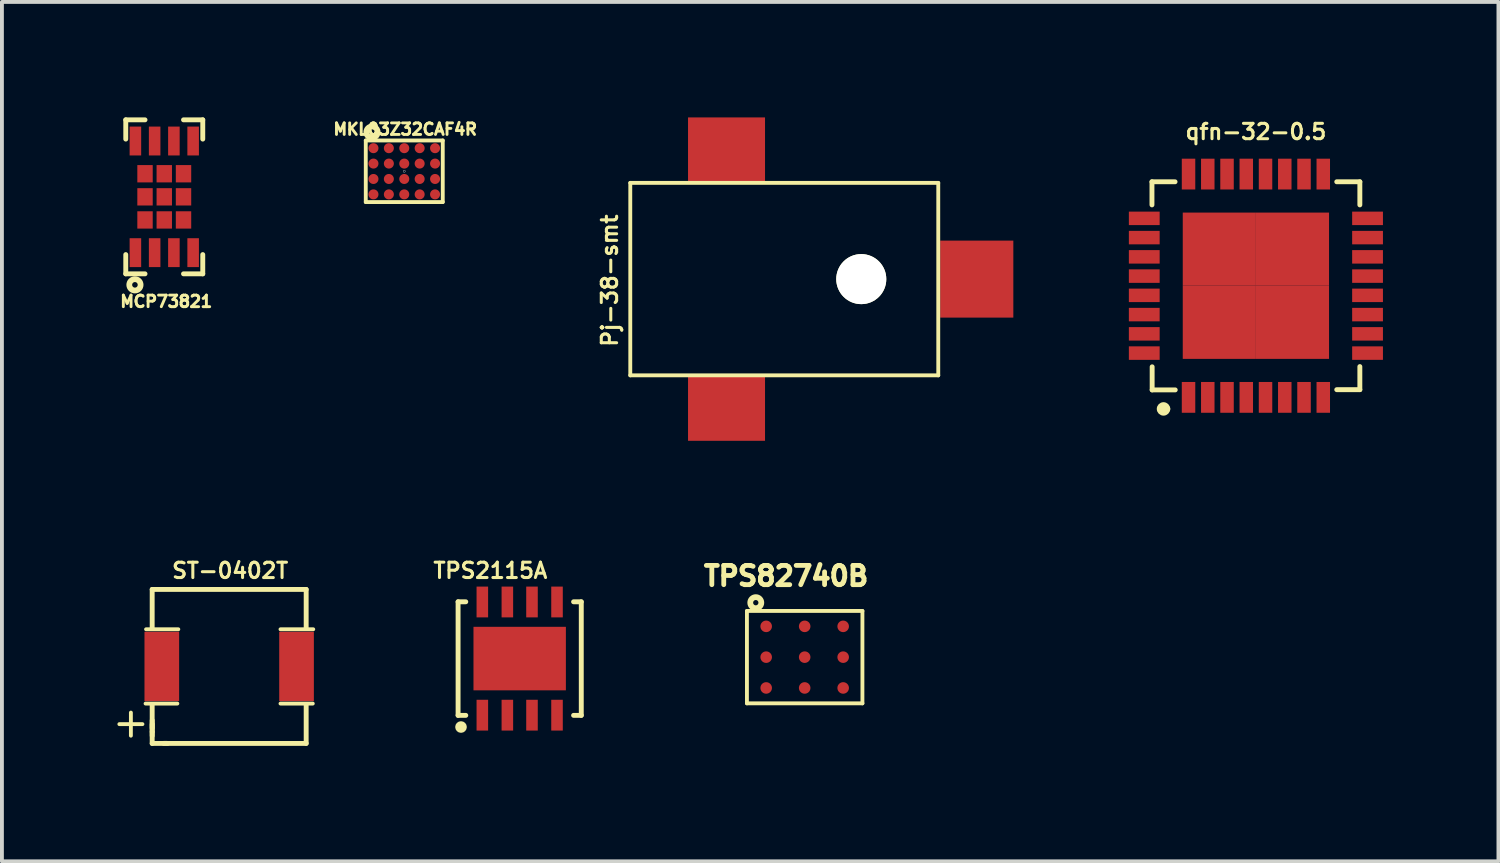
<source format=kicad_pcb>
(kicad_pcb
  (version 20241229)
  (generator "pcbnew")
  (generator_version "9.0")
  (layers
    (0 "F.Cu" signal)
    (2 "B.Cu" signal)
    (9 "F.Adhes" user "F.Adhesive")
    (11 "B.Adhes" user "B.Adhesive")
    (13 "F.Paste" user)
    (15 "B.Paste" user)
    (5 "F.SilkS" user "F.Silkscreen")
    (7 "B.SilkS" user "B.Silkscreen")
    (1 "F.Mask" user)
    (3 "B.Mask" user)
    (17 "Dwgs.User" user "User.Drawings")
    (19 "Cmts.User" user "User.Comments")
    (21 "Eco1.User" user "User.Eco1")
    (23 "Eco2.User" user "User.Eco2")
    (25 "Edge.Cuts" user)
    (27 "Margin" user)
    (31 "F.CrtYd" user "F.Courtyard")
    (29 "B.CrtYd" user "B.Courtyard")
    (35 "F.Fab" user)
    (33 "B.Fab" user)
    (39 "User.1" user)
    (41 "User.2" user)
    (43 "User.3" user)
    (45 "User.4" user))
  (footprint "MCP73821"
    (layer "F.Cu")
    (at 1.217 2.063)
    (property "Reference" "MCP73821" (at 0.051 2.718 180) (layer "F.SilkS") (effects (font (size 0.3 0.3) (thickness 0.075))))
    (attr through_hole)
    (fp_line (start -1 -2) (end -0.5 -2) (stroke (width 0.127) (type solid)) (layer "F.SilkS"))
    (fp_line (start -1 -1.5) (end -1 -2) (stroke (width 0.127) (type solid)) (layer "F.SilkS"))
    (fp_line (start -1 2) (end -1 1.5) (stroke (width 0.127) (type solid)) (layer "F.SilkS"))
    (fp_line (start -1 2) (end -0.5 2) (stroke (width 0.127) (type solid)) (layer "F.SilkS"))
    (fp_line (start 0.5 -2) (end 1 -2) (stroke (width 0.127) (type solid)) (layer "F.SilkS"))
    (fp_line (start 1 -2) (end 1 -1.5) (stroke (width 0.127) (type solid)) (layer "F.SilkS"))
    (fp_line (start 1 1.5) (end 1 2) (stroke (width 0.127) (type solid)) (layer "F.SilkS"))
    (fp_line (start 1 2) (end 0.5 2) (stroke (width 0.127) (type solid)) (layer "F.SilkS"))
    (fp_circle (center -0.762 2.286) (end -0.711 2.337) (stroke (width 0.15) (type solid)) (fill no) (layer "F.SilkS"))
    (pad "1" smd rect (at -0.75 1.45) (size 0.3 0.75) (layers "F.Cu" "F.Mask" "F.Paste"))
    (pad "2" smd rect (at -0.25 1.45) (size 0.3 0.75) (layers "F.Cu" "F.Mask" "F.Paste"))
    (pad "3" smd rect (at 0.25 1.45) (size 0.3 0.75) (layers "F.Cu" "F.Mask" "F.Paste"))
    (pad "4" smd rect (at 0.75 1.45) (size 0.3 0.75) (layers "F.Cu" "F.Mask" "F.Paste"))
    (pad "5" smd rect (at 0.75 -1.45) (size 0.3 0.75) (layers "F.Cu" "F.Mask" "F.Paste"))
    (pad "6" smd rect (at 0.25 -1.45) (size 0.3 0.75) (layers "F.Cu" "F.Mask" "F.Paste"))
    (pad "7" smd rect (at -0.25 -1.45) (size 0.3 0.75) (layers "F.Cu" "F.Mask" "F.Paste"))
    (pad "8" smd rect (at -0.75 -1.45) (size 0.3 0.75) (layers "F.Cu" "F.Mask" "F.Paste"))
    (pad "9" smd rect (at -0.5 -0.6) (size 0.4 0.45) (layers "F.Cu" "F.Mask" "F.Paste"))
    (pad "9" smd rect (at -0.5 0) (size 0.4 0.45) (layers "F.Cu" "F.Mask" "F.Paste"))
    (pad "9" smd rect (at -0.5 0.6) (size 0.4 0.45) (layers "F.Cu" "F.Mask" "F.Paste"))
    (pad "9" smd rect (at 0 -0.6) (size 0.4 0.45) (layers "F.Cu" "F.Mask" "F.Paste"))
    (pad "9" smd rect (at 0 0) (size 0.4 0.45) (layers "F.Cu" "F.Mask" "F.Paste"))
    (pad "9" smd rect (at 0 0.6) (size 0.4 0.45) (layers "F.Cu" "F.Mask" "F.Paste"))
    (pad "9" smd rect (at 0.5 -0.6) (size 0.4 0.45) (layers "F.Cu" "F.Mask" "F.Paste"))
    (pad "9" smd rect (at 0.5 0) (size 0.4 0.45) (layers "F.Cu" "F.Mask" "F.Paste"))
    (pad "9" smd rect (at 0.5 0.6) (size 0.4 0.45) (layers "F.Cu" "F.Mask" "F.Paste")))
  (footprint "qfn-32-0.5"
    (layer "F.Cu")
    (at 29.573 4.372)
    (property "Reference" "qfn-32-0.5" (at 0 -4 0) (layer "F.SilkS") (effects (font (size 0.399 0.399) (thickness 0.079))))
    (attr through_hole)
    (fp_line (start -2.7 -2.7) (end -2.1 -2.7) (stroke (width 0.127) (type solid)) (layer "F.SilkS"))
    (fp_line (start -2.7 -2.1) (end -2.7 -2.7) (stroke (width 0.127) (type solid)) (layer "F.SilkS"))
    (fp_line (start -2.695 2.706) (end -2.695 2.106) (stroke (width 0.127) (type solid)) (layer "F.SilkS"))
    (fp_line (start -2.4 3.2) (end -2.3 3.2) (stroke (width 0.15) (type solid)) (layer "F.SilkS"))
    (fp_line (start -2.095 2.706) (end -2.695 2.706) (stroke (width 0.127) (type solid)) (layer "F.SilkS"))
    (fp_line (start 2.1 -2.7) (end 2.7 -2.7) (stroke (width 0.127) (type solid)) (layer "F.SilkS"))
    (fp_line (start 2.7 -2.7) (end 2.7 -2.1) (stroke (width 0.127) (type solid)) (layer "F.SilkS"))
    (fp_line (start 2.7 2.1) (end 2.7 2.7) (stroke (width 0.127) (type solid)) (layer "F.SilkS"))
    (fp_line (start 2.7 2.7) (end 2.1 2.7) (stroke (width 0.127) (type solid)) (layer "F.SilkS"))
    (fp_circle (center -2.4 3.2) (end -2.5 3.2) (stroke (width 0.15) (type solid)) (fill no) (layer "F.SilkS"))
    (pad "" smd rect (at -0.95 -0.95) (size 1.9 1.9) (layers "F.Cu" "F.Mask" "F.Paste"))
    (pad "" smd rect (at -0.95 0.95) (size 1.9 1.9) (layers "F.Cu" "F.Mask" "F.Paste"))
    (pad "" smd rect (at 0.95 -0.95) (size 1.9 1.9) (layers "F.Cu" "F.Mask" "F.Paste"))
    (pad "" smd rect (at 0.95 0.95) (size 1.9 1.9) (layers "F.Cu" "F.Mask" "F.Paste"))
    (pad "1" smd rect (at -1.75 2.9) (size 0.35 0.8) (layers "F.Cu" "F.Mask" "F.Paste"))
    (pad "2" smd rect (at -1.25 2.9) (size 0.35 0.8) (layers "F.Cu" "F.Mask" "F.Paste"))
    (pad "3" smd rect (at -0.75 2.9) (size 0.35 0.8) (layers "F.Cu" "F.Mask" "F.Paste"))
    (pad "4" smd rect (at -0.25 2.9) (size 0.35 0.8) (layers "F.Cu" "F.Mask" "F.Paste"))
    (pad "5" smd rect (at 0.25 2.9) (size 0.35 0.8) (layers "F.Cu" "F.Mask" "F.Paste"))
    (pad "6" smd rect (at 0.75 2.9) (size 0.35 0.8) (layers "F.Cu" "F.Mask" "F.Paste"))
    (pad "7" smd rect (at 1.25 2.9) (size 0.351 0.8) (layers "F.Cu" "F.Mask" "F.Paste"))
    (pad "8" smd rect (at 1.75 2.9 270) (size 0.8 0.35) (layers "F.Cu" "F.Mask" "F.Paste"))
    (pad "9" smd rect (at 2.9 1.75) (size 0.8 0.35) (layers "F.Cu" "F.Mask" "F.Paste"))
    (pad "10" smd rect (at 2.9 1.25) (size 0.8 0.35) (layers "F.Cu" "F.Mask" "F.Paste"))
    (pad "11" smd rect (at 2.9 0.75) (size 0.8 0.35) (layers "F.Cu" "F.Mask" "F.Paste"))
    (pad "12" smd rect (at 2.9 0.25) (size 0.8 0.35) (layers "F.Cu" "F.Mask" "F.Paste"))
    (pad "13" smd rect (at 2.9 -0.25) (size 0.8 0.35) (layers "F.Cu" "F.Mask" "F.Paste"))
    (pad "14" smd rect (at 2.9 -0.75) (size 0.8 0.35) (layers "F.Cu" "F.Mask" "F.Paste"))
    (pad "15" smd rect (at 2.9 -1.25 270) (size 0.35 0.8) (layers "F.Cu" "F.Mask" "F.Paste"))
    (pad "16" smd rect (at 2.9 -1.75 270) (size 0.35 0.8) (layers "F.Cu" "F.Mask" "F.Paste"))
    (pad "17" smd rect (at 1.75 -2.9) (size 0.35 0.8) (layers "F.Cu" "F.Mask" "F.Paste"))
    (pad "18" smd rect (at 1.25 -2.9) (size 0.35 0.8) (layers "F.Cu" "F.Mask" "F.Paste"))
    (pad "19" smd rect (at 0.75 -2.9) (size 0.35 0.8) (layers "F.Cu" "F.Mask" "F.Paste"))
    (pad "20" smd rect (at 0.25 -2.9) (size 0.35 0.8) (layers "F.Cu" "F.Mask" "F.Paste"))
    (pad "21" smd rect (at -0.25 -2.9) (size 0.35 0.8) (layers "F.Cu" "F.Mask" "F.Paste"))
    (pad "22" smd rect (at -0.75 -2.9 270) (size 0.8 0.35) (layers "F.Cu" "F.Mask" "F.Paste"))
    (pad "23" smd rect (at -1.25 -2.9 270) (size 0.8 0.35) (layers "F.Cu" "F.Mask" "F.Paste"))
    (pad "24" smd rect (at -1.75 -2.9 270) (size 0.8 0.35) (layers "F.Cu" "F.Mask" "F.Paste"))
    (pad "25" smd rect (at -2.9 -1.75) (size 0.8 0.35) (layers "F.Cu" "F.Mask" "F.Paste"))
    (pad "26" smd rect (at -2.9 -1.25) (size 0.8 0.35) (layers "F.Cu" "F.Mask" "F.Paste"))
    (pad "27" smd rect (at -2.9 -0.75) (size 0.8 0.35) (layers "F.Cu" "F.Mask" "F.Paste"))
    (pad "28" smd rect (at -2.9 -0.25) (size 0.8 0.351) (layers "F.Cu" "F.Mask" "F.Paste"))
    (pad "29" smd rect (at -2.9 0.25) (size 0.8 0.35) (layers "F.Cu" "F.Mask" "F.Paste"))
    (pad "30" smd rect (at -2.9 0.75) (size 0.8 0.35) (layers "F.Cu" "F.Mask" "F.Paste"))
    (pad "31" smd rect (at -2.9 1.25) (size 0.8 0.35) (layers "F.Cu" "F.Mask" "F.Paste"))
    (pad "32" smd rect (at -2.9 1.75) (size 0.8 0.351) (layers "F.Cu" "F.Mask" "F.Paste")))
  (footprint "Pj-38-smt"
    (layer "F.Cu")
    (at 15.822 4.2)
    (property "Reference" "Pj-38-smt" (at -3.035 0.038 270) (layer "F.SilkS") (effects (font (size 0.399 0.399) (thickness 0.079))))
    (attr through_hole)
    (fp_line (start -2.5 -2.5) (end -2.5 2.5) (stroke (width 0.1) (type solid)) (layer "F.SilkS"))
    (fp_line (start -2.5 -2.5) (end 5.5 -2.5) (stroke (width 0.1) (type solid)) (layer "F.SilkS"))
    (fp_line (start -2.5 2.5) (end 5.5 2.5) (stroke (width 0.1) (type solid)) (layer "F.SilkS"))
    (fp_line (start 5.5 -2.5) (end 5.5 2.5) (stroke (width 0.1) (type solid)) (layer "F.SilkS"))
    (pad "" np_thru_hole circle (at 3.5 0) (size 1.3 1.3) (drill 1.3) (layers "*.Cu" "*.Mask" "F.SilkS"))
    (pad "1" smd rect (at 6.5 0) (size 1.9 2) (layers "F.Cu" "F.Mask" "F.Paste"))
    (pad "2" smd rect (at 0 -3.35) (size 2 1.7) (layers "F.Cu" "F.Mask" "F.Paste"))
    (pad "3" smd rect (at 0 3.35) (size 2 1.7) (layers "F.Cu" "F.Mask" "F.Paste")))
  (footprint "ST-0402T"
    (layer "F.Cu")
    (at 2.903 14.261)
    (property "Reference" "ST-0402T" (at 0.025 -2.489 0) (layer "F.SilkS") (effects (font (size 0.399 0.399) (thickness 0.079))))
    (attr through_hole)
    (fp_line (start -2.853 1.499) (end -2.253 1.499) (stroke (width 0.1) (type solid)) (layer "F.SilkS"))
    (fp_line (start -2.553 1.199) (end -2.553 1.799) (stroke (width 0.1) (type solid)) (layer "F.SilkS"))
    (fp_line (start -2.172 0.965) (end -1.346 0.965) (stroke (width 0.1) (type solid)) (layer "F.SilkS"))
    (fp_line (start -2.159 -0.965) (end -1.321 -0.965) (stroke (width 0.1) (type solid)) (layer "F.SilkS"))
    (fp_line (start -2 -2) (end -2 -1) (stroke (width 0.127) (type solid)) (layer "F.SilkS"))
    (fp_line (start -2 -2) (end 2 -2) (stroke (width 0.127) (type solid)) (layer "F.SilkS"))
    (fp_line (start -2 2) (end -2 1) (stroke (width 0.127) (type solid)) (layer "F.SilkS"))
    (fp_line (start -1.999 1.4) (end -1.999 1.6) (stroke (width 0.127) (type solid)) (layer "F.SilkS"))
    (fp_line (start -1.999 1.501) (end -1.999 1.699) (stroke (width 0.127) (type solid)) (layer "F.SilkS"))
    (fp_line (start -1.999 1.699) (end -1.999 1.801) (stroke (width 0.127) (type solid)) (layer "F.SilkS"))
    (fp_line (start -1.6 1.999) (end -1.699 1.999) (stroke (width 0.127) (type solid)) (layer "F.SilkS"))
    (fp_line (start 2 -2) (end 2 -1) (stroke (width 0.127) (type solid)) (layer "F.SilkS"))
    (fp_line (start 2 2) (end -2 2) (stroke (width 0.127) (type solid)) (layer "F.SilkS"))
    (fp_line (start 2 2) (end 2 1) (stroke (width 0.127) (type solid)) (layer "F.SilkS"))
    (fp_line (start 2.172 0.965) (end 1.333 0.965) (stroke (width 0.1) (type solid)) (layer "F.SilkS"))
    (fp_line (start 2.184 -0.965) (end 1.333 -0.965) (stroke (width 0.1) (type solid)) (layer "F.SilkS"))
    (pad "1" smd rect (at -1.75 0) (size 0.9 1.8) (layers "F.Cu" "F.Mask" "F.Paste"))
    (pad "2" smd rect (at 1.75 0) (size 0.9 1.8) (layers "F.Cu" "F.Mask" "F.Paste")))
  (footprint "TPS2115A"
    (layer "F.Cu")
    (at 10.449 14.057)
    (property "Reference" "TPS2115A" (at -0.762 -2.286 0) (layer "F.SilkS") (effects (font (size 0.399 0.399) (thickness 0.079))))
    (attr through_hole)
    (fp_line (start -1.6 -1.475) (end -1.4 -1.475) (stroke (width 0.127) (type solid)) (layer "F.SilkS"))
    (fp_line (start -1.6 1.475) (end -1.6 -1.475) (stroke (width 0.127) (type solid)) (layer "F.SilkS"))
    (fp_line (start -1.6 1.475) (end -1.4 1.475) (stroke (width 0.127) (type solid)) (layer "F.SilkS"))
    (fp_line (start 1.4 1.475) (end 1.6 1.475) (stroke (width 0.127) (type solid)) (layer "F.SilkS"))
    (fp_line (start 1.6 -1.475) (end 1.4 -1.475) (stroke (width 0.127) (type solid)) (layer "F.SilkS"))
    (fp_line (start 1.6 -1.475) (end 1.6 1.475) (stroke (width 0.127) (type solid)) (layer "F.SilkS"))
    (fp_circle (center -1.524 1.778) (end -1.448 1.778) (stroke (width 0.15) (type solid)) (fill no) (layer "F.SilkS"))
    (pad "1" smd rect (at -0.97 1.47) (size 0.3 0.8) (layers "F.Cu" "F.Mask" "F.Paste"))
    (pad "2" smd rect (at -0.32 1.47) (size 0.3 0.8) (layers "F.Cu" "F.Mask" "F.Paste"))
    (pad "3" smd rect (at 0.32 1.47) (size 0.3 0.8) (layers "F.Cu" "F.Mask" "F.Paste"))
    (pad "4" smd rect (at 0.97 1.47) (size 0.3 0.8) (layers "F.Cu" "F.Mask" "F.Paste"))
    (pad "5" smd rect (at 0.97 -1.47) (size 0.3 0.8) (layers "F.Cu" "F.Mask" "F.Paste"))
    (pad "6" smd rect (at 0.32 -1.47) (size 0.3 0.8) (layers "F.Cu" "F.Mask" "F.Paste"))
    (pad "7" smd rect (at -0.32 -1.47 90) (size 0.8 0.3) (layers "F.Cu" "F.Mask" "F.Paste"))
    (pad "8" smd rect (at -0.97 -1.47 90) (size 0.8 0.3) (layers "F.Cu" "F.Mask" "F.Paste"))
    (pad "9" smd rect (at 0 0) (size 2.4 1.65) (layers "F.Cu" "F.Mask" "F.Paste")))
  (footprint "TPS82740B"
    (layer "F.Cu")
    (at 17.852 14.02)
    (property "Reference" "TPS82740B" (at -0.483 -2.108 0) (layer "F.SilkS") (effects (font (size 0.5 0.5) (thickness 0.125))))
    (attr through_hole)
    (fp_line (start -1.5 -1.2) (end 1.5 -1.2) (stroke (width 0.1) (type solid)) (layer "F.SilkS"))
    (fp_line (start -1.5 1.2) (end -1.5 -1.2) (stroke (width 0.1) (type solid)) (layer "F.SilkS"))
    (fp_line (start -1.5 1.2) (end 1.5 1.2) (stroke (width 0.1) (type solid)) (layer "F.SilkS"))
    (fp_line (start 1.5 1.2) (end 1.5 -1.2) (stroke (width 0.1) (type solid)) (layer "F.SilkS"))
    (fp_circle (center -1.27 -1.415) (end -1.219 -1.369) (stroke (width 0.15) (type solid)) (fill no) (layer "F.SilkS"))
    (pad "A1" smd circle (at -1 -0.8) (size 0.3 0.3) (layers "F.Cu" "F.Mask" "F.Paste"))
    (pad "A2" smd circle (at 0 -0.8) (size 0.3 0.3) (layers "F.Cu" "F.Mask" "F.Paste"))
    (pad "A3" smd circle (at 1 -0.8) (size 0.3 0.3) (layers "F.Cu" "F.Mask" "F.Paste"))
    (pad "B1" smd circle (at -1 0) (size 0.3 0.3) (layers "F.Cu" "F.Mask" "F.Paste"))
    (pad "B2" smd circle (at 0 0) (size 0.3 0.3) (layers "F.Cu" "F.Mask" "F.Paste"))
    (pad "B3" smd circle (at 1 0) (size 0.3 0.3) (layers "F.Cu" "F.Mask" "F.Paste"))
    (pad "C1" smd circle (at -1 0.8) (size 0.3 0.3) (layers "F.Cu" "F.Mask" "F.Paste"))
    (pad "C2" smd circle (at 0 0.8) (size 0.3 0.3) (layers "F.Cu" "F.Mask" "F.Paste"))
    (pad "C3" smd circle (at 1 0.8) (size 0.3 0.3) (layers "F.Cu" "F.Mask" "F.Paste")))
  (footprint "MKL03Z32CAF4R"
    (layer "F.Cu")
    (at 7.451 1.399)
    (property "Reference" "MKL03Z32CAF4R" (at 0.025 -1.092 0) (layer "F.SilkS") (effects (font (size 0.3 0.3) (thickness 0.075))))
    (attr through_hole)
    (fp_line (start -1 -0.8) (end 1 -0.8) (stroke (width 0.1) (type solid)) (layer "F.SilkS"))
    (fp_line (start -1 0.8) (end -1 -0.8) (stroke (width 0.1) (type solid)) (layer "F.SilkS"))
    (fp_line (start -1 0.8) (end 1 0.8) (stroke (width 0.1) (type solid)) (layer "F.SilkS"))
    (fp_line (start 1 0.8) (end 1 -0.8) (stroke (width 0.1) (type solid)) (layer "F.SilkS"))
    (fp_circle (center -0.838 -1.016) (end -0.787 -0.965) (stroke (width 0.15) (type solid)) (fill no) (layer "F.SilkS"))
    (fp_circle (center 0 0) (end 0.02 0.02) (stroke (width 0.01) (type solid)) (fill no) (layer "Dwgs.User"))
    (pad "A1" smd circle (at -0.8 -0.6) (size 0.26 0.26) (layers "F.Cu" "F.Mask" "F.Paste"))
    (pad "A2" smd circle (at -0.4 -0.6) (size 0.26 0.26) (layers "F.Cu" "F.Mask" "F.Paste"))
    (pad "A3" smd circle (at 0 -0.6) (size 0.26 0.26) (layers "F.Cu" "F.Mask" "F.Paste"))
    (pad "A4" smd circle (at 0.4 -0.6) (size 0.26 0.26) (layers "F.Cu" "F.Mask" "F.Paste"))
    (pad "A5" smd circle (at 0.8 -0.6) (size 0.26 0.26) (layers "F.Cu" "F.Mask" "F.Paste"))
    (pad "B1" smd circle (at -0.8 -0.2) (size 0.26 0.26) (layers "F.Cu" "F.Mask" "F.Paste"))
    (pad "B2" smd circle (at -0.4 -0.2) (size 0.26 0.26) (layers "F.Cu" "F.Mask" "F.Paste"))
    (pad "B3" smd circle (at 0 -0.2) (size 0.26 0.26) (layers "F.Cu" "F.Mask" "F.Paste"))
    (pad "B4" smd circle (at 0.4 -0.2) (size 0.26 0.26) (layers "F.Cu" "F.Mask" "F.Paste"))
    (pad "B5" smd circle (at 0.8 -0.2) (size 0.26 0.26) (layers "F.Cu" "F.Mask" "F.Paste"))
    (pad "C1" smd circle (at -0.8 0.2) (size 0.26 0.26) (layers "F.Cu" "F.Mask" "F.Paste"))
    (pad "C2" smd circle (at -0.4 0.2) (size 0.26 0.26) (layers "F.Cu" "F.Mask" "F.Paste"))
    (pad "C3" smd circle (at 0 0.2) (size 0.26 0.26) (layers "F.Cu" "F.Mask" "F.Paste"))
    (pad "C4" smd circle (at 0.4 0.2) (size 0.26 0.26) (layers "F.Cu" "F.Mask" "F.Paste"))
    (pad "C5" smd circle (at 0.8 0.2) (size 0.26 0.26) (layers "F.Cu" "F.Mask" "F.Paste"))
    (pad "D1" smd circle (at -0.8 0.6) (size 0.26 0.26) (layers "F.Cu" "F.Mask" "F.Paste"))
    (pad "D2" smd circle (at -0.4 0.6) (size 0.26 0.26) (layers "F.Cu" "F.Mask" "F.Paste"))
    (pad "D3" smd circle (at 0 0.6) (size 0.26 0.26) (layers "F.Cu" "F.Mask" "F.Paste"))
    (pad "D4" smd circle (at 0.4 0.6) (size 0.26 0.26) (layers "F.Cu" "F.Mask" "F.Paste"))
    (pad "D5" smd circle (at 0.8 0.6) (size 0.26 0.26) (layers "F.Cu" "F.Mask" "F.Paste")))
  (gr_rect
    (start -3 -3)
    (end 35.873 19.324)
    (stroke (width 0.1) (type default))
    (fill no)
    (layer "Edge.Cuts")))
</source>
